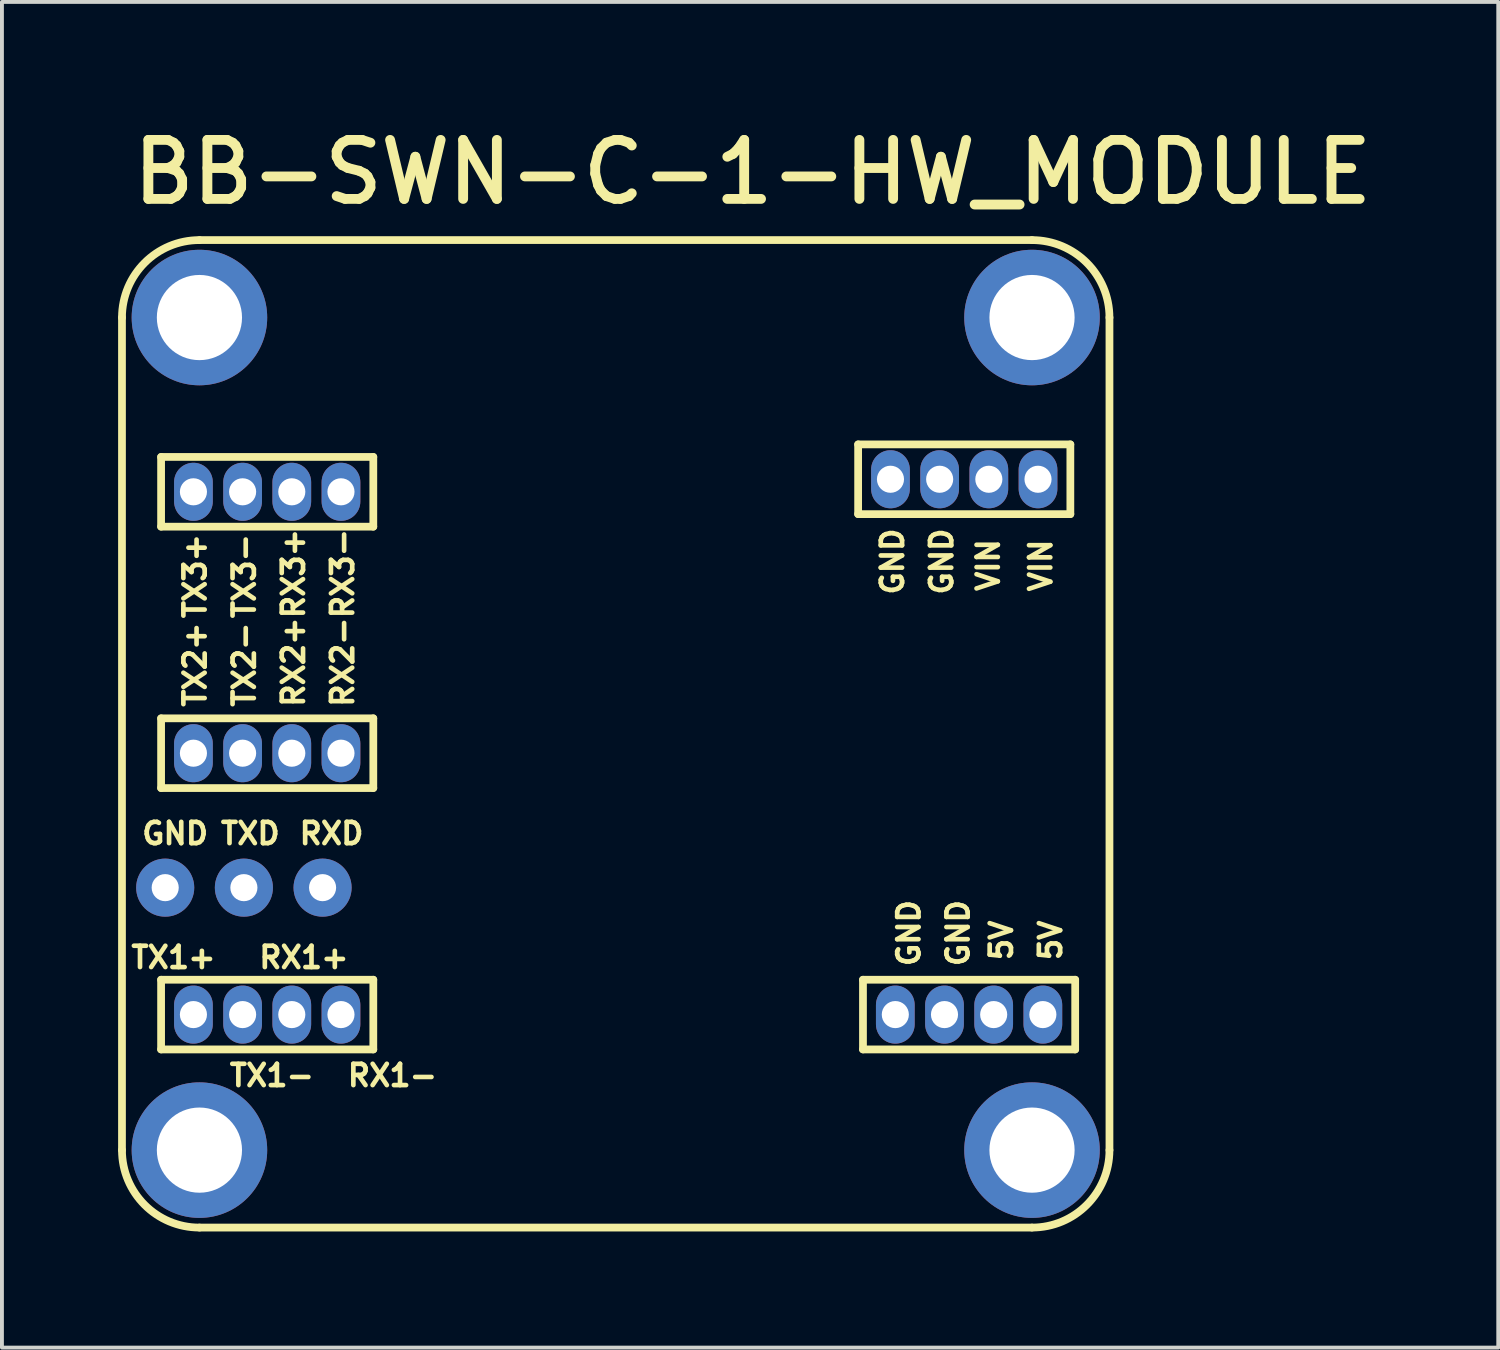
<source format=kicad_pcb>
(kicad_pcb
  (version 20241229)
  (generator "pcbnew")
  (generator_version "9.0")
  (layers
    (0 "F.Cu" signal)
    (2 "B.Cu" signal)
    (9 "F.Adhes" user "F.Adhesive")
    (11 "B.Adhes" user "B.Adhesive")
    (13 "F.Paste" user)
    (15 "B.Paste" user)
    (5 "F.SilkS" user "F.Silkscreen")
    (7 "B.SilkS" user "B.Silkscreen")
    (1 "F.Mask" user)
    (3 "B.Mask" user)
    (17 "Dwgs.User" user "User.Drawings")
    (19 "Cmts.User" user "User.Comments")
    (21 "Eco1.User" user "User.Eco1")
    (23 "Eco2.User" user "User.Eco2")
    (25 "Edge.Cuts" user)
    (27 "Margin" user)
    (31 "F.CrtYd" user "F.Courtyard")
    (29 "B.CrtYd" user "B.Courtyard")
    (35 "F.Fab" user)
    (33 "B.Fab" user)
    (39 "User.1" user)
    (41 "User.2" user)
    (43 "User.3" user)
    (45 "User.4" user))
  (footprint "BB-SWN-C-1-HW_MODULE"
    (layer "F.Cu")
    (at 12.85 15.9)
    (property "Reference" "BB-SWN-C-1-HW_MODULE" (at -12.598 -13.614 0) (unlocked yes) (layer "F.SilkS") (effects (font (size 1.524 1.524) (thickness 0.254)) (justify left bottom)))
    (fp_line (start -12.75 10.75) (end -12.75 -10.75) (stroke (width 0.2) (type solid)) (layer "F.SilkS"))
    (fp_line (start -11.74 -7.15) (end -6.26 -7.15) (stroke (width 0.2) (type solid)) (layer "F.SilkS"))
    (fp_line (start -11.74 -5.35) (end -11.74 -7.15) (stroke (width 0.2) (type solid)) (layer "F.SilkS"))
    (fp_line (start -11.74 -5.35) (end -6.26 -5.35) (stroke (width 0.2) (type solid)) (layer "F.SilkS"))
    (fp_line (start -11.74 -0.4) (end -6.26 -0.4) (stroke (width 0.2) (type solid)) (layer "F.SilkS"))
    (fp_line (start -11.74 1.4) (end -11.74 -0.4) (stroke (width 0.2) (type solid)) (layer "F.SilkS"))
    (fp_line (start -11.74 1.4) (end -6.26 1.4) (stroke (width 0.2) (type solid)) (layer "F.SilkS"))
    (fp_line (start -11.74 6.35) (end -6.26 6.35) (stroke (width 0.2) (type solid)) (layer "F.SilkS"))
    (fp_line (start -11.74 8.15) (end -11.74 6.35) (stroke (width 0.2) (type solid)) (layer "F.SilkS"))
    (fp_line (start -11.74 8.15) (end -6.26 8.15) (stroke (width 0.2) (type solid)) (layer "F.SilkS"))
    (fp_line (start -10.75 -12.75) (end 10.75 -12.75) (stroke (width 0.2) (type solid)) (layer "F.SilkS"))
    (fp_line (start -10.75 12.75) (end 10.75 12.75) (stroke (width 0.2) (type solid)) (layer "F.SilkS"))
    (fp_line (start -6.26 -5.35) (end -6.26 -7.15) (stroke (width 0.2) (type solid)) (layer "F.SilkS"))
    (fp_line (start -6.26 1.4) (end -6.26 -0.4) (stroke (width 0.2) (type solid)) (layer "F.SilkS"))
    (fp_line (start -6.26 8.15) (end -6.26 6.35) (stroke (width 0.2) (type solid)) (layer "F.SilkS"))
    (fp_line (start 6.26 -7.474) (end 11.74 -7.474) (stroke (width 0.2) (type solid)) (layer "F.SilkS"))
    (fp_line (start 6.26 -5.674) (end 6.26 -7.474) (stroke (width 0.2) (type solid)) (layer "F.SilkS"))
    (fp_line (start 6.26 -5.674) (end 11.74 -5.674) (stroke (width 0.2) (type solid)) (layer "F.SilkS"))
    (fp_line (start 6.385 6.35) (end 11.865 6.35) (stroke (width 0.2) (type solid)) (layer "F.SilkS"))
    (fp_line (start 6.385 8.15) (end 6.385 6.35) (stroke (width 0.2) (type solid)) (layer "F.SilkS"))
    (fp_line (start 6.385 8.15) (end 11.865 8.15) (stroke (width 0.2) (type solid)) (layer "F.SilkS"))
    (fp_line (start 11.74 -5.674) (end 11.74 -7.474) (stroke (width 0.2) (type solid)) (layer "F.SilkS"))
    (fp_line (start 11.865 8.15) (end 11.865 6.35) (stroke (width 0.2) (type solid)) (layer "F.SilkS"))
    (fp_line (start 12.75 10.75) (end 12.75 -10.75) (stroke (width 0.2) (type solid)) (layer "F.SilkS"))
    (fp_arc (start -12.75 -10.75) (mid -12.164214 -12.164214) (end -10.75 -12.75) (stroke (width 0.2) (type solid)) (layer "F.SilkS"))
    (fp_arc (start -10.75 12.75) (mid -12.164214 12.164214) (end -12.75 10.75) (stroke (width 0.2) (type solid)) (layer "F.SilkS"))
    (fp_arc (start 10.75 -12.75) (mid 12.164214 -12.164214) (end 12.75 -10.75) (stroke (width 0.2) (type solid)) (layer "F.SilkS"))
    (fp_arc (start 12.75 10.75) (mid 12.164214 12.164214) (end 10.75 12.75) (stroke (width 0.2) (type solid)) (layer "F.SilkS"))
    (fp_text user "RX1-" (at -6.985 9.144 0) (unlocked yes) (layer "F.SilkS") (effects (font (size 0.55 0.55) (thickness 0.12)) (justify left bottom)))
    (fp_text user "TX1+" (at -12.573 6.096 0) (unlocked yes) (layer "F.SilkS") (effects (font (size 0.55 0.55) (thickness 0.12)) (justify left bottom)))
    (fp_text user "GND" (at 9.162 6.063 90) (unlocked yes) (layer "F.SilkS") (effects (font (size 0.55 0.55) (thickness 0.12)) (justify left bottom)))
    (fp_text user "GND" (at -12.294 2.896 0) (unlocked yes) (layer "F.SilkS") (effects (font (size 0.55 0.55) (thickness 0.12)) (justify left bottom)))
    (fp_text user "VIN" (at 11.296 -3.614 90) (unlocked yes) (layer "F.SilkS") (effects (font (size 0.55 0.55) (thickness 0.12)) (justify left bottom)))
    (fp_text user "TX3+" (at -10.541 -2.921 90) (unlocked yes) (layer "F.SilkS") (effects (font (size 0.55 0.55) (thickness 0.12)) (justify left bottom)))
    (fp_text user "VIN" (at 9.941 -3.624 90) (unlocked yes) (layer "F.SilkS") (effects (font (size 0.55 0.55) (thickness 0.12)) (justify left bottom)))
    (fp_text user "RX3+" (at -8.001 -2.921 90) (unlocked yes) (layer "F.SilkS") (effects (font (size 0.55 0.55) (thickness 0.12)) (justify left bottom)))
    (fp_text user "RX3-" (at -6.731 -2.921 90) (unlocked yes) (layer "F.SilkS") (effects (font (size 0.55 0.55) (thickness 0.12)) (justify left bottom)))
    (fp_text user "RXD" (at -8.23 2.896 0) (unlocked yes) (layer "F.SilkS") (effects (font (size 0.55 0.55) (thickness 0.12)) (justify left bottom)))
    (fp_text user "5V" (at 10.28 5.911 90) (unlocked yes) (layer "F.SilkS") (effects (font (size 0.55 0.55) (thickness 0.12)) (justify left bottom)))
    (fp_text user "RX2+" (at -8.001 -0.635 90) (unlocked yes) (layer "F.SilkS") (effects (font (size 0.55 0.55) (thickness 0.12)) (justify left bottom)))
    (fp_text user "GND" (at 7.892 6.063 90) (unlocked yes) (layer "F.SilkS") (effects (font (size 0.55 0.55) (thickness 0.12)) (justify left bottom)))
    (fp_text user "RX2-" (at -6.731 -0.635 90) (unlocked yes) (layer "F.SilkS") (effects (font (size 0.55 0.55) (thickness 0.12)) (justify left bottom)))
    (fp_text user "GND" (at 7.468 -3.532 90) (unlocked yes) (layer "F.SilkS") (effects (font (size 0.55 0.55) (thickness 0.12)) (justify left bottom)))
    (fp_text user "TXD" (at -10.262 2.896 0) (unlocked yes) (layer "F.SilkS") (effects (font (size 0.55 0.55) (thickness 0.12)) (justify left bottom)))
    (fp_text user "TX2+\n" (at -10.541 -0.635 90) (unlocked yes) (layer "F.SilkS") (effects (font (size 0.55 0.55) (thickness 0.12)) (justify left bottom)))
    (fp_text user "TX1-" (at -10.033 9.144 0) (unlocked yes) (layer "F.SilkS") (effects (font (size 0.55 0.55) (thickness 0.12)) (justify left bottom)))
    (fp_text user "RX1+" (at -9.271 6.096 0) (unlocked yes) (layer "F.SilkS") (effects (font (size 0.55 0.55) (thickness 0.12)) (justify left bottom)))
    (fp_text user "TX2-\n" (at -9.271 -0.635 90) (unlocked yes) (layer "F.SilkS") (effects (font (size 0.55 0.55) (thickness 0.12)) (justify left bottom)))
    (fp_text user "5V" (at 11.55 5.911 90) (unlocked yes) (layer "F.SilkS") (effects (font (size 0.55 0.55) (thickness 0.12)) (justify left bottom)))
    (fp_text user "GND" (at 8.738 -3.532 90) (unlocked yes) (layer "F.SilkS") (effects (font (size 0.55 0.55) (thickness 0.12)) (justify left bottom)))
    (fp_text user "TX3-" (at -9.271 -2.921 90) (unlocked yes) (layer "F.SilkS") (effects (font (size 0.55 0.55) (thickness 0.12)) (justify left bottom)))
    (pad "J1_1" thru_hole oval (at 7.095 -6.574) (size 1 1.5) (drill 0.7) (layers "*.Cu" "*.Mask"))
    (pad "J1_2" thru_hole oval (at 8.365 -6.574) (size 1 1.5) (drill 0.7) (layers "*.Cu" "*.Mask"))
    (pad "J1_3" thru_hole oval (at 9.635 -6.574) (size 1 1.5) (drill 0.7) (layers "*.Cu" "*.Mask"))
    (pad "J1_4" thru_hole oval (at 10.905 -6.574) (size 1 1.5) (drill 0.7) (layers "*.Cu" "*.Mask"))
    (pad "J2_1" thru_hole oval (at 7.22 7.25) (size 1 1.5) (drill 0.7) (layers "*.Cu" "*.Mask"))
    (pad "J2_2" thru_hole oval (at 8.49 7.25) (size 1 1.5) (drill 0.7) (layers "*.Cu" "*.Mask"))
    (pad "J2_3" thru_hole oval (at 9.76 7.25) (size 1 1.5) (drill 0.7) (layers "*.Cu" "*.Mask"))
    (pad "J2_4" thru_hole oval (at 11.03 7.25) (size 1 1.5) (drill 0.7) (layers "*.Cu" "*.Mask"))
    (pad "J3_1" thru_hole oval (at -10.905 7.25) (size 1 1.5) (drill 0.7) (layers "*.Cu" "*.Mask"))
    (pad "J3_2" thru_hole oval (at -9.635 7.25) (size 1 1.5) (drill 0.7) (layers "*.Cu" "*.Mask"))
    (pad "J3_3" thru_hole oval (at -8.365 7.25) (size 1 1.5) (drill 0.7) (layers "*.Cu" "*.Mask"))
    (pad "J3_4" thru_hole oval (at -7.095 7.25) (size 1 1.5) (drill 0.7) (layers "*.Cu" "*.Mask"))
    (pad "J4_1" thru_hole oval (at -10.905 0.5) (size 1 1.5) (drill 0.7) (layers "*.Cu" "*.Mask"))
    (pad "J4_2" thru_hole oval (at -9.635 0.5) (size 1 1.5) (drill 0.7) (layers "*.Cu" "*.Mask"))
    (pad "J4_3" thru_hole oval (at -8.365 0.5) (size 1 1.5) (drill 0.7) (layers "*.Cu" "*.Mask"))
    (pad "J4_4" thru_hole oval (at -7.095 0.5) (size 1 1.5) (drill 0.7) (layers "*.Cu" "*.Mask"))
    (pad "J5_1" thru_hole oval (at -10.905 -6.25) (size 1 1.5) (drill 0.7) (layers "*.Cu" "*.Mask"))
    (pad "J5_2" thru_hole oval (at -9.635 -6.25) (size 1 1.5) (drill 0.7) (layers "*.Cu" "*.Mask"))
    (pad "J5_3" thru_hole oval (at -8.365 -6.25) (size 1 1.5) (drill 0.7) (layers "*.Cu" "*.Mask"))
    (pad "J5_4" thru_hole oval (at -7.095 -6.25) (size 1 1.5) (drill 0.7) (layers "*.Cu" "*.Mask"))
    (pad "J6_1" thru_hole circle (at -11.634 3.972) (size 1.5 1.5) (drill 0.7) (layers "*.Cu" "*.Mask"))
    (pad "J6_2" thru_hole circle (at -9.602 3.972) (size 1.5 1.5) (drill 0.7) (layers "*.Cu" "*.Mask"))
    (pad "J6_3" thru_hole circle (at -7.57 3.972) (size 1.5 1.5) (drill 0.7) (layers "*.Cu" "*.Mask"))
    (pad "MH1" thru_hole circle (at -10.75 -10.75) (size 3.5 3.5) (drill 2.2) (layers "*.Cu" "*.Mask"))
    (pad "MH2" thru_hole circle (at 10.75 -10.75) (size 3.5 3.5) (drill 2.2) (layers "*.Cu" "*.Mask"))
    (pad "MH3" thru_hole circle (at -10.75 10.75) (size 3.5 3.5) (drill 2.2) (layers "*.Cu" "*.Mask"))
    (pad "MH4" thru_hole circle (at 10.75 10.75) (size 3.5 3.5) (drill 2.2) (layers "*.Cu" "*.Mask")))
  (gr_rect
    (start -3 -3)
    (end 35.64 31.75)
    (stroke (width 0.1) (type default))
    (fill no)
    (layer "Edge.Cuts")))
</source>
